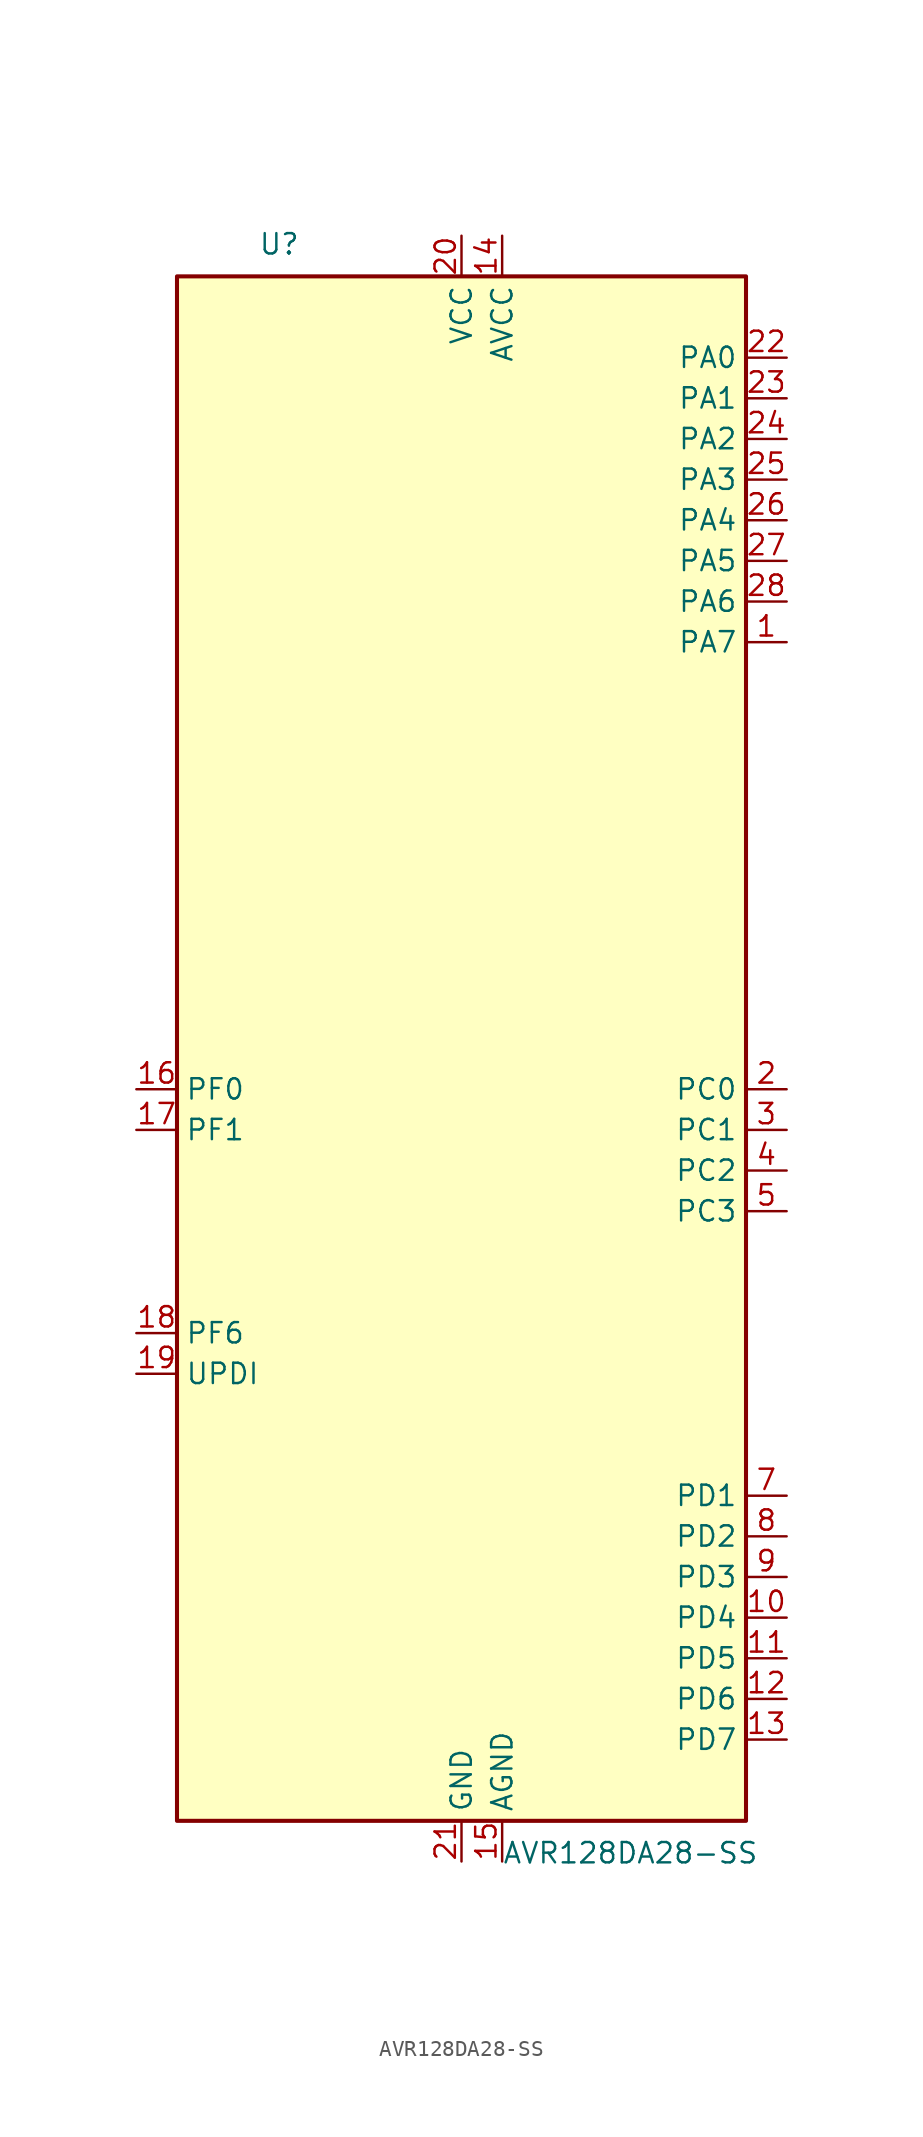
<source format=kicad_sym>
(kicad_symbol_lib
  (version 20211014)
  (generator kicad_symbol_editor)
  (symbol "AVR128DA28-SS"
    (property "Reference" "U"
      (at -12.7 49.53 0)
      (effects (font (size 1.27 1.27)) (justify left bottom)))
    (property "Value" "AVR128DA28-SS"
      (at 2.54 -49.53 0)
      (effects (font (size 1.27 1.27)) (justify left top)))
    (symbol "AVR128DA28-SS_0_1"
      (rectangle (start -17.78 -48.26) (end 17.78 48.26) (stroke (width 0.254) (type default) (color 0 0 0 0)) (fill (type background))))
    (symbol "AVR128DA28-SS_1_1"
      (pin bidirectional line (at 20.32 25.4 180) (length 2.54) (name "PA7" (effects (font (size 1.27 1.27)))) (number "1" (effects (font (size 1.27 1.27)))) (alternate "AC0-OUT" output line) (alternate "AC1-OUT" output line) (alternate "AC2-OUT" output line) (alternate "CLKOUT" output line) (alternate "EVOUTA(1)" output line) (alternate "SPI0-~{SS}" bidirectional line) (alternate "TCD0-WOD" output line) (alternate "USART0-XDIR(1)" output line) (alternate "X7" output line) (alternate "Y7" bidirectional line) (alternate "ZCD0-OUT" output line) (alternate "ZCD1-OUT" output line) (alternate "ZDC2-OUT" output line))
      (pin bidirectional line (at 20.32 -35.56 180) (length 2.54) (name "PD4" (effects (font (size 1.27 1.27)))) (number "10" (effects (font (size 1.27 1.27)))) (alternate "AC1-AINP2" input line) (alternate "AC2-AINP1" input line) (alternate "ADC0-AIN4" input line) (alternate "TCA0-WO4(3)" output line) (alternate "X20" output line) (alternate "Y20" bidirectional line))
      (pin bidirectional line (at 20.32 -38.1 180) (length 2.54) (name "PD5" (effects (font (size 1.27 1.27)))) (number "11" (effects (font (size 1.27 1.27)))) (alternate "AC1-AINN0" input line) (alternate "ADC0-AIN5" input line) (alternate "TCA0-WO5(3)" output line) (alternate "X21" output line) (alternate "Y21" bidirectional line))
      (pin bidirectional line (at 20.32 -40.64 180) (length 2.54) (name "PD6" (effects (font (size 1.27 1.27)))) (number "12" (effects (font (size 1.27 1.27)))) (alternate "AC0-AINP3" input line) (alternate "AC1-AINP3" input line) (alternate "AC2-AINP3" input line) (alternate "ADC0-AIN6" input line) (alternate "DAC0-OUT" output line) (alternate "LUT2-OUT(1)" output line) (alternate "X22" output line) (alternate "Y22" bidirectional line))
      (pin bidirectional line (at 20.32 -43.18 180) (length 2.54) (name "PD7" (effects (font (size 1.27 1.27)))) (number "13" (effects (font (size 1.27 1.27)))) (alternate "AC0-AINN2" input line) (alternate "AC1-AINN2" input line) (alternate "AC2-AINN0/2" input line) (alternate "ADC0-AIN7" input line) (alternate "EVOUTD(1)" output line) (alternate "VREFA" input line) (alternate "X23" output line) (alternate "Y23" bidirectional line))
      (pin power_in line (at 2.54 50.8 270) (length 2.54) (name "AVCC" (effects (font (size 1.27 1.27)))) (number "14" (effects (font (size 1.27 1.27)))))
      (pin power_in line (at 2.54 -50.8 90) (length 2.54) (name "AGND" (effects (font (size 1.27 1.27)))) (number "15" (effects (font (size 1.27 1.27)))))
      (pin bidirectional line (at -20.32 -2.54 0) (length 2.54) (name "PF0" (effects (font (size 1.27 1.27)))) (number "16" (effects (font (size 1.27 1.27)))) (alternate "ADC0-AIN16(P)" input line) (alternate "LUT3-IN0" input line) (alternate "TCA0-WO0(5)" output line) (alternate "TCD0-WOA(2)" output line) (alternate "USART2-TXD" bidirectional line) (alternate "X32" output line) (alternate "XTAL32K1" passive line) (alternate "Y32" bidirectional line))
      (pin bidirectional line (at -20.32 -5.08 0) (length 2.54) (name "PF1" (effects (font (size 1.27 1.27)))) (number "17" (effects (font (size 1.27 1.27)))) (alternate "ADC0-AIN17(P)" input line) (alternate "LUT3-IN1" input line) (alternate "TCA0-WO1(5)" output line) (alternate "TCD0-WOB(2)" output line) (alternate "USART2-RXD" input line) (alternate "X33" output line) (alternate "XTAL32K2" passive line) (alternate "Y33" bidirectional line))
      (pin input line (at -20.32 -17.78 0) (length 2.54) (name "PF6" (effects (font (size 1.27 1.27)))) (number "18" (effects (font (size 1.27 1.27)))) (alternate "~{RESET}" input line))
      (pin bidirectional line (at -20.32 -20.32 0) (length 2.54) (name "UPDI" (effects (font (size 1.27 1.27)))) (number "19" (effects (font (size 1.27 1.27)))))
      (pin bidirectional line (at 20.32 -2.54 180) (length 2.54) (name "PC0" (effects (font (size 1.27 1.27)))) (number "2" (effects (font (size 1.27 1.27)))) (alternate "LUT1-IN0" input line) (alternate "SPI1-MOSI" bidirectional line) (alternate "TCA0-WO0(2)" output line) (alternate "TCB2-WO" output line) (alternate "USART1-TXD" bidirectional line))
      (pin power_in line (at 0 50.8 270) (length 2.54) (name "VCC" (effects (font (size 1.27 1.27)))) (number "20" (effects (font (size 1.27 1.27)))))
      (pin power_in line (at 0 -50.8 90) (length 2.54) (name "GND" (effects (font (size 1.27 1.27)))) (number "21" (effects (font (size 1.27 1.27)))))
      (pin bidirectional line (at 20.32 43.18 180) (length 2.54) (name "PA0" (effects (font (size 1.27 1.27)))) (number "22" (effects (font (size 1.27 1.27)))) (alternate "EXTCLK" input clock) (alternate "LUT0-IN0" input line) (alternate "TCA0-WO0" output line) (alternate "USART0-TXD" bidirectional line) (alternate "X0" output line) (alternate "Y0" bidirectional line))
      (pin bidirectional line (at 20.32 40.64 180) (length 2.54) (name "PA1" (effects (font (size 1.27 1.27)))) (number "23" (effects (font (size 1.27 1.27)))) (alternate "LUT0-IN1" input line) (alternate "TCA0-WO1" output line) (alternate "USART0-RXD" input line) (alternate "X1" output line) (alternate "Y1" bidirectional line))
      (pin bidirectional line (at 20.32 38.1 180) (length 2.54) (name "PA2" (effects (font (size 1.27 1.27)))) (number "24" (effects (font (size 1.27 1.27)))) (alternate "EVOUTA" output line) (alternate "LUT0-IN2" input line) (alternate "TCA0-WO2" output line) (alternate "TCB0-WO" output line) (alternate "TWI0-SDA(MS)" bidirectional line) (alternate "USART0-XCK" bidirectional line) (alternate "X2" output line) (alternate "Y2" bidirectional line))
      (pin bidirectional line (at 20.32 35.56 180) (length 2.54) (name "PA3" (effects (font (size 1.27 1.27)))) (number "25" (effects (font (size 1.27 1.27)))) (alternate "LUT0-OUT" output line) (alternate "TCA0-WO3" output line) (alternate "TCB1-WO" output line) (alternate "TWI0-SCL(MS)" bidirectional line) (alternate "USART0-XDIR" output line) (alternate "X3" output line) (alternate "Y3" bidirectional line))
      (pin bidirectional line (at 20.32 33.02 180) (length 2.54) (name "PA4" (effects (font (size 1.27 1.27)))) (number "26" (effects (font (size 1.27 1.27)))) (alternate "SPI0-MOSI" bidirectional line) (alternate "TCA0-WO4" output line) (alternate "TCD0-WOA" output line) (alternate "USART0-TXD(1)" bidirectional line) (alternate "X4" output line) (alternate "Y4" bidirectional line))
      (pin bidirectional line (at 20.32 30.48 180) (length 2.54) (name "PA5" (effects (font (size 1.27 1.27)))) (number "27" (effects (font (size 1.27 1.27)))) (alternate "SPI0-MISO" bidirectional line) (alternate "TCA0-WO5" output line) (alternate "TCD0-WOB" output line) (alternate "USART0-RXD(1)" input line) (alternate "X5" output line) (alternate "Y5" bidirectional line))
      (pin bidirectional line (at 20.32 27.94 180) (length 2.54) (name "PA6" (effects (font (size 1.27 1.27)))) (number "28" (effects (font (size 1.27 1.27)))) (alternate "LUT0-OUT(1)" output line) (alternate "SPI0-SCK" bidirectional line) (alternate "TCD0-WOC" output line) (alternate "USART0-XCK(1)" bidirectional line) (alternate "X6" output line) (alternate "Y6" bidirectional line))
      (pin bidirectional line (at 20.32 -5.08 180) (length 2.54) (name "PC1" (effects (font (size 1.27 1.27)))) (number "3" (effects (font (size 1.27 1.27)))) (alternate "LUT1-IN1" input line) (alternate "SPI1-MISO" bidirectional line) (alternate "TCA0-WO1(2)" output line) (alternate "TCB3-WO(1)" output line) (alternate "USART1-RXD" input line))
      (pin bidirectional line (at 20.32 -7.62 180) (length 2.54) (name "PC2" (effects (font (size 1.27 1.27)))) (number "4" (effects (font (size 1.27 1.27)))) (alternate "EVOUTC" output line) (alternate "LUT1-IN2" input line) (alternate "SPI1-SCK" bidirectional line) (alternate "TCA-WO2(2)" output line) (alternate "TWI0-SDA(MS+)(0,2)" bidirectional line) (alternate "USART1-XCK" bidirectional line))
      (pin bidirectional line (at 20.32 -10.16 180) (length 2.54) (name "PC3" (effects (font (size 1.27 1.27)))) (number "5" (effects (font (size 1.27 1.27)))) (alternate "LUT1-OUT" output line) (alternate "SPI1-~{SS}" bidirectional line) (alternate "TCA0-WO3(2)" output line) (alternate "TWI0-SCL(MS)(0,2" bidirectional line) (alternate "USART1-XDIR" output line))
      (pin power_in line (at 0 50.8 270) (length 2.54) hide (name "VCC" (effects (font (size 1.27 1.27)))) (number "6" (effects (font (size 1.27 1.27)))))
      (pin bidirectional line (at 20.32 -27.94 180) (length 2.54) (name "PD1" (effects (font (size 1.27 1.27)))) (number "7" (effects (font (size 1.27 1.27)))) (alternate "ADC0-AIN1" input line) (alternate "LUT2-IN1" input line) (alternate "TCA0-WO1(3)" output line) (alternate "X17" output line) (alternate "Y17" bidirectional line) (alternate "ZCD0-ZCIN" input line))
      (pin bidirectional line (at 20.32 -30.48 180) (length 2.54) (name "PD2" (effects (font (size 1.27 1.27)))) (number "8" (effects (font (size 1.27 1.27)))) (alternate "AC0-AINP0" input line) (alternate "AC1-AINP0" input line) (alternate "AC2-AINP0" input line) (alternate "ADC0-AIN2" input line) (alternate "EVOUTD" output line) (alternate "LUT2-IN2" input line) (alternate "TCA0-WO2(3)" output line) (alternate "X18" output line) (alternate "Y18" bidirectional line))
      (pin bidirectional line (at 20.32 -33.02 180) (length 2.54) (name "PD3" (effects (font (size 1.27 1.27)))) (number "9" (effects (font (size 1.27 1.27)))) (alternate "AC0-AINN0" input line) (alternate "AC1-AINP1" input line) (alternate "ADC0-AIN3" input line) (alternate "LUT2-OUT" output line) (alternate "TCA0-WO3(3)" output line) (alternate "X19" output line) (alternate "Y19" bidirectional line)))))
</source>
